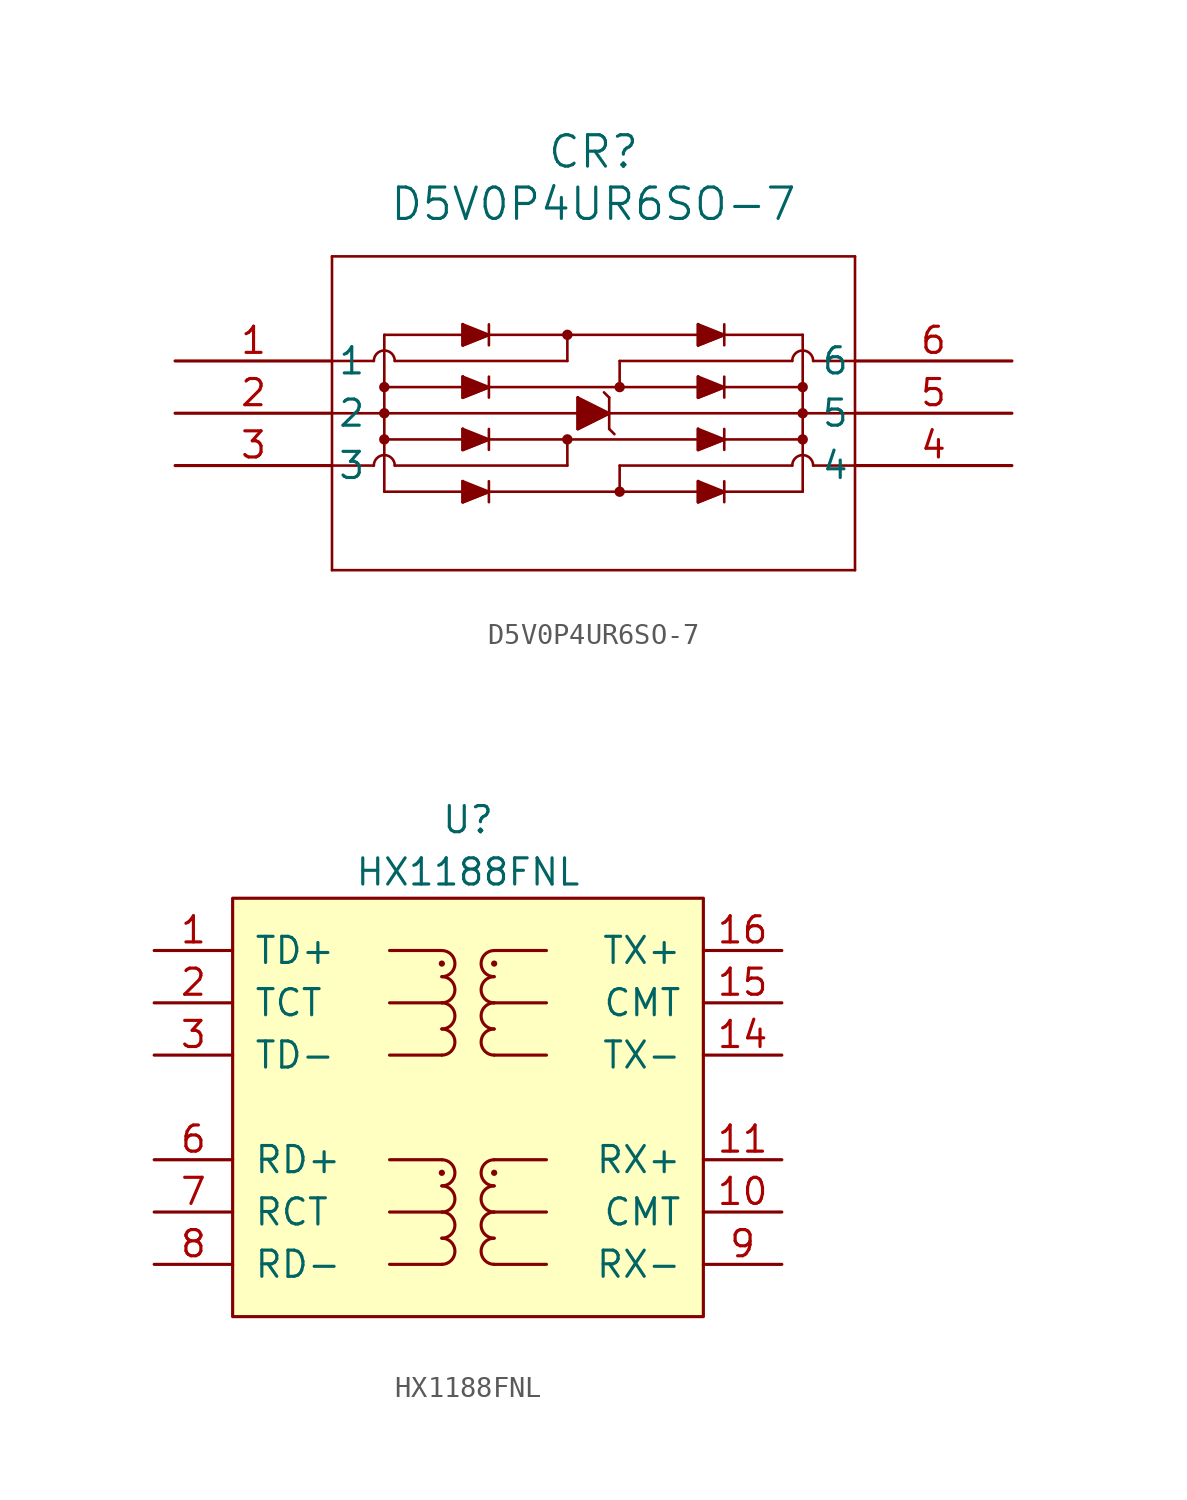
<source format=kicad_sym>
(kicad_symbol_lib
  (version 20220914)
  (generator kicad_symbol_editor)
  (symbol "D5V0P4UR6SO-7"
    (pin_names
      (offset 0.254))
    (property "Reference" "CR"
      (at 20.32 10.16 0)
      (effects (font (size 1.524 1.524))))
    (property "Value" "D5V0P4UR6SO-7"
      (at 20.32 7.62 0)
      (effects (font (size 1.524 1.524))))
    (symbol "D5V0P4UR6SO-7_0_1"
      (polyline (pts (xy 7.62 -10.16) (xy 33.02 -10.16)) (stroke (width 0.127) (type default)) (fill (type none)))
      (polyline (pts (xy 7.62 -5.08) (xy 9.652 -5.08)) (stroke (width 0.127) (type default)) (fill (type none)))
      (polyline (pts (xy 7.62 -2.54) (xy 33.02 -2.54)) (stroke (width 0.127) (type default)) (fill (type none)))
      (polyline (pts (xy 7.62 0) (xy 9.652 0)) (stroke (width 0.127) (type default)) (fill (type none)))
      (polyline (pts (xy 7.62 5.08) (xy 7.62 -10.16)) (stroke (width 0.127) (type default)) (fill (type none)))
      (polyline (pts (xy 10.16 -6.35) (xy 30.48 -6.35)) (stroke (width 0.127) (type default)) (fill (type none)))
      (polyline (pts (xy 10.16 -3.81) (xy 30.48 -3.81)) (stroke (width 0.127) (type default)) (fill (type none)))
      (polyline (pts (xy 10.16 -1.27) (xy 30.48 -1.27)) (stroke (width 0.127) (type default)) (fill (type none)))
      (polyline (pts (xy 10.16 1.27) (xy 10.16 -6.35)) (stroke (width 0.127) (type default)) (fill (type none)))
      (polyline (pts (xy 10.16 1.27) (xy 30.48 1.27)) (stroke (width 0.127) (type default)) (fill (type none)))
      (polyline (pts (xy 10.668 -5.08) (xy 19.05 -5.08)) (stroke (width 0.127) (type default)) (fill (type none)))
      (polyline (pts (xy 10.668 0) (xy 19.05 0)) (stroke (width 0.127) (type default)) (fill (type none)))
      (polyline (pts (xy 13.97 -6.858) (xy 15.24 -6.35)) (stroke (width 0.127) (type default)) (fill (type none)))
      (polyline (pts (xy 13.97 -5.842) (xy 13.97 -6.858)) (stroke (width 0.127) (type default)) (fill (type none)))
      (polyline (pts (xy 13.97 -4.318) (xy 15.24 -3.81)) (stroke (width 0.127) (type default)) (fill (type none)))
      (polyline (pts (xy 13.97 -3.302) (xy 13.97 -4.318)) (stroke (width 0.127) (type default)) (fill (type none)))
      (polyline (pts (xy 13.97 -1.778) (xy 15.24 -1.27)) (stroke (width 0.127) (type default)) (fill (type none)))
      (polyline (pts (xy 13.97 -0.762) (xy 13.97 -1.778)) (stroke (width 0.127) (type default)) (fill (type none)))
      (polyline (pts (xy 13.97 0.762) (xy 15.24 1.27)) (stroke (width 0.127) (type default)) (fill (type none)))
      (polyline (pts (xy 13.97 1.778) (xy 13.97 0.762)) (stroke (width 0.127) (type default)) (fill (type none)))
      (polyline (pts (xy 15.24 -6.35) (xy 13.97 -5.842)) (stroke (width 0.127) (type default)) (fill (type none)))
      (polyline (pts (xy 15.24 -5.842) (xy 15.24 -6.858)) (stroke (width 0.127) (type default)) (fill (type none)))
      (polyline (pts (xy 15.24 -3.81) (xy 13.97 -3.302)) (stroke (width 0.127) (type default)) (fill (type none)))
      (polyline (pts (xy 15.24 -3.302) (xy 15.24 -4.318)) (stroke (width 0.127) (type default)) (fill (type none)))
      (polyline (pts (xy 15.24 -1.27) (xy 13.97 -0.762)) (stroke (width 0.127) (type default)) (fill (type none)))
      (polyline (pts (xy 15.24 -0.762) (xy 15.24 -1.778)) (stroke (width 0.127) (type default)) (fill (type none)))
      (polyline (pts (xy 15.24 1.27) (xy 13.97 1.778)) (stroke (width 0.127) (type default)) (fill (type none)))
      (polyline (pts (xy 15.24 1.778) (xy 15.24 0.762)) (stroke (width 0.127) (type default)) (fill (type none)))
      (polyline (pts (xy 19.05 -5.08) (xy 19.05 -3.81)) (stroke (width 0.127) (type default)) (fill (type none)))
      (polyline (pts (xy 19.05 0) (xy 19.05 1.27)) (stroke (width 0.127) (type default)) (fill (type none)))
      (polyline (pts (xy 19.558 -3.302) (xy 21.082 -2.54)) (stroke (width 0.127) (type default)) (fill (type none)))
      (polyline (pts (xy 19.558 -1.778) (xy 19.558 -3.302)) (stroke (width 0.127) (type default)) (fill (type none)))
      (polyline (pts (xy 19.558 -1.778) (xy 21.082 -2.54)) (stroke (width 0.127) (type default)) (fill (type none)))
      (polyline (pts (xy 21.082 -3.302) (xy 21.336 -3.556)) (stroke (width 0.127) (type default)) (fill (type none)))
      (polyline (pts (xy 21.082 -1.778) (xy 20.828 -1.524)) (stroke (width 0.127) (type default)) (fill (type none)))
      (polyline (pts (xy 21.082 -1.778) (xy 21.082 -3.302)) (stroke (width 0.127) (type default)) (fill (type none)))
      (polyline (pts (xy 21.59 -5.08) (xy 21.59 -6.35)) (stroke (width 0.127) (type default)) (fill (type none)))
      (polyline (pts (xy 21.59 0) (xy 21.59 -1.27)) (stroke (width 0.127) (type default)) (fill (type none)))
      (polyline (pts (xy 25.4 -6.858) (xy 26.67 -6.35)) (stroke (width 0.127) (type default)) (fill (type none)))
      (polyline (pts (xy 25.4 -5.842) (xy 25.4 -6.858)) (stroke (width 0.127) (type default)) (fill (type none)))
      (polyline (pts (xy 25.4 -4.318) (xy 26.67 -3.81)) (stroke (width 0.127) (type default)) (fill (type none)))
      (polyline (pts (xy 25.4 -3.302) (xy 25.4 -4.318)) (stroke (width 0.127) (type default)) (fill (type none)))
      (polyline (pts (xy 25.4 -1.778) (xy 26.67 -1.27)) (stroke (width 0.127) (type default)) (fill (type none)))
      (polyline (pts (xy 25.4 -0.762) (xy 25.4 -1.778)) (stroke (width 0.127) (type default)) (fill (type none)))
      (polyline (pts (xy 25.4 0.762) (xy 26.67 1.27)) (stroke (width 0.127) (type default)) (fill (type none)))
      (polyline (pts (xy 25.4 1.778) (xy 25.4 0.762)) (stroke (width 0.127) (type default)) (fill (type none)))
      (polyline (pts (xy 26.67 -6.35) (xy 25.4 -5.842)) (stroke (width 0.127) (type default)) (fill (type none)))
      (polyline (pts (xy 26.67 -5.842) (xy 26.67 -6.858)) (stroke (width 0.127) (type default)) (fill (type none)))
      (polyline (pts (xy 26.67 -3.81) (xy 25.4 -3.302)) (stroke (width 0.127) (type default)) (fill (type none)))
      (polyline (pts (xy 26.67 -3.302) (xy 26.67 -4.318)) (stroke (width 0.127) (type default)) (fill (type none)))
      (polyline (pts (xy 26.67 -1.27) (xy 25.4 -0.762)) (stroke (width 0.127) (type default)) (fill (type none)))
      (polyline (pts (xy 26.67 -0.762) (xy 26.67 -1.778)) (stroke (width 0.127) (type default)) (fill (type none)))
      (polyline (pts (xy 26.67 1.27) (xy 25.4 1.778)) (stroke (width 0.127) (type default)) (fill (type none)))
      (polyline (pts (xy 26.67 1.778) (xy 26.67 0.762)) (stroke (width 0.127) (type default)) (fill (type none)))
      (polyline (pts (xy 29.972 -5.08) (xy 21.59 -5.08)) (stroke (width 0.127) (type default)) (fill (type none)))
      (polyline (pts (xy 29.972 0) (xy 21.59 0)) (stroke (width 0.127) (type default)) (fill (type none)))
      (polyline (pts (xy 30.48 1.27) (xy 30.48 -6.35)) (stroke (width 0.127) (type default)) (fill (type none)))
      (polyline (pts (xy 33.02 -10.16) (xy 33.02 5.08)) (stroke (width 0.127) (type default)) (fill (type none)))
      (polyline (pts (xy 33.02 -5.08) (xy 30.988 -5.08)) (stroke (width 0.127) (type default)) (fill (type none)))
      (polyline (pts (xy 33.02 0) (xy 30.988 0)) (stroke (width 0.127) (type default)) (fill (type none)))
      (polyline (pts (xy 33.02 5.08) (xy 7.62 5.08)) (stroke (width 0.127) (type default)) (fill (type none)))
      (polyline (pts (xy 13.97 -5.842) (xy 13.97 -6.858) (xy 15.24 -6.35)) (stroke (width 0) (type default)) (fill (type outline)))
      (polyline (pts (xy 13.97 -3.302) (xy 13.97 -4.318) (xy 15.24 -3.81)) (stroke (width 0) (type default)) (fill (type outline)))
      (polyline (pts (xy 13.97 -0.762) (xy 13.97 -1.778) (xy 15.24 -1.27)) (stroke (width 0) (type default)) (fill (type outline)))
      (polyline (pts (xy 13.97 1.778) (xy 13.97 0.762) (xy 15.24 1.27)) (stroke (width 0) (type default)) (fill (type outline)))
      (polyline (pts (xy 21.082 -2.54) (xy 19.558 -3.302) (xy 19.558 -1.778)) (stroke (width 0) (type default)) (fill (type outline)))
      (polyline (pts (xy 25.4 -5.842) (xy 25.4 -6.858) (xy 26.67 -6.35)) (stroke (width 0) (type default)) (fill (type outline)))
      (polyline (pts (xy 25.4 -3.302) (xy 25.4 -4.318) (xy 26.67 -3.81)) (stroke (width 0) (type default)) (fill (type outline)))
      (polyline (pts (xy 25.4 -0.762) (xy 25.4 -1.778) (xy 26.67 -1.27)) (stroke (width 0) (type default)) (fill (type outline)))
      (polyline (pts (xy 25.4 1.778) (xy 25.4 0.762) (xy 26.67 1.27)) (stroke (width 0) (type default)) (fill (type outline)))
      (circle (center 10.16 -3.81) (radius 0.127) (stroke (width 0.254) (type default)) (fill (type none)))
      (circle (center 10.16 -2.54) (radius 0.127) (stroke (width 0.254) (type default)) (fill (type none)))
      (circle (center 10.16 -1.27) (radius 0.127) (stroke (width 0.254) (type default)) (fill (type none)))
      (arc (start 10.668 -5.08) (mid 10.16 -4.5742) (end 9.652 -5.08) (stroke (width 0.127) (type default)) (fill (type none)))
      (arc (start 10.668 0) (mid 10.16 0.5058) (end 9.652 0) (stroke (width 0.127) (type default)) (fill (type none)))
      (circle (center 19.05 -3.81) (radius 0.127) (stroke (width 0.254) (type default)) (fill (type none)))
      (circle (center 19.05 1.27) (radius 0.127) (stroke (width 0.254) (type default)) (fill (type none)))
      (circle (center 21.59 -6.35) (radius 0.127) (stroke (width 0.254) (type default)) (fill (type none)))
      (circle (center 21.59 -1.27) (radius 0.127) (stroke (width 0.254) (type default)) (fill (type none)))
      (circle (center 30.48 -3.81) (radius 0.127) (stroke (width 0.254) (type default)) (fill (type none)))
      (circle (center 30.48 -2.54) (radius 0.127) (stroke (width 0.254) (type default)) (fill (type none)))
      (circle (center 30.48 -1.27) (radius 0.127) (stroke (width 0.254) (type default)) (fill (type none)))
      (arc (start 30.988 -5.08) (mid 30.48 -4.5742) (end 29.972 -5.08) (stroke (width 0.127) (type default)) (fill (type none)))
      (arc (start 30.988 0) (mid 30.48 0.5058) (end 29.972 0) (stroke (width 0.127) (type default)) (fill (type none)))
      (pin input line (at 0 0 0) (length 7.62) (name "1" (effects (font (size 1.27 1.27)))) (number "1" (effects (font (size 1.27 1.27)))))
      (pin unspecified line (at 0 -2.54 0) (length 7.62) (name "2" (effects (font (size 1.27 1.27)))) (number "2" (effects (font (size 1.27 1.27)))))
      (pin input line (at 0 -5.08 0) (length 7.62) (name "3" (effects (font (size 1.27 1.27)))) (number "3" (effects (font (size 1.27 1.27)))))
      (pin input line (at 40.64 -5.08 180) (length 7.62) (name "4" (effects (font (size 1.27 1.27)))) (number "4" (effects (font (size 1.27 1.27)))))
      (pin unspecified line (at 40.64 -2.54 180) (length 7.62) (name "5" (effects (font (size 1.27 1.27)))) (number "5" (effects (font (size 1.27 1.27)))))
      (pin input line (at 40.64 0 180) (length 7.62) (name "6" (effects (font (size 1.27 1.27)))) (number "6" (effects (font (size 1.27 1.27)))))))
  (symbol "HX1188FNL"
    (pin_names
      (offset 1.016))
    (property "Reference" "U"
      (at 0 3.81 0)
      (effects (font (size 1.27 1.27))))
    (property "Value" "HX1188FNL"
      (at 0 1.27 0)
      (effects (font (size 1.27 1.27))))
    (symbol "HX1188FNL_0_1"
      (rectangle (start -11.43 0) (end 11.43 -20.32) (stroke (width 0) (type solid)) (fill (type background)))
      (rectangle (start -3.81 -5.08) (end -1.27 -5.08) (stroke (width 0) (type solid)) (fill (type none)))
      (rectangle (start -1.27 -17.78) (end -3.81 -17.78) (stroke (width 0) (type solid)) (fill (type none)))
      (arc (start -1.27 -17.78) (mid -0.6377 -17.145) (end -1.27 -16.51) (stroke (width 0) (type solid)) (fill (type none)))
      (arc (start -1.27 -16.51) (mid -0.6377 -15.875) (end -1.27 -15.24) (stroke (width 0) (type solid)) (fill (type none)))
      (rectangle (start -1.27 -15.24) (end -3.81 -15.24) (stroke (width 0) (type solid)) (fill (type none)))
      (arc (start -1.27 -15.24) (mid -0.6377 -14.605) (end -1.27 -13.97) (stroke (width 0) (type solid)) (fill (type none)))
      (arc (start -1.27 -13.97) (mid -0.6377 -13.335) (end -1.27 -12.7) (stroke (width 0) (type solid)) (fill (type none)))
      (circle (center -1.27 -13.335) (radius 0.0001) (stroke (width 0) (type solid)) (fill (type none)))
      (rectangle (start -1.27 -12.7) (end -3.81 -12.7) (stroke (width 0) (type solid)) (fill (type none)))
      (rectangle (start -1.27 -7.62) (end -3.81 -7.62) (stroke (width 0) (type solid)) (fill (type none)))
      (arc (start -1.27 -7.62) (mid -0.6377 -6.985) (end -1.27 -6.35) (stroke (width 0) (type solid)) (fill (type none)))
      (arc (start -1.27 -6.35) (mid -0.6377 -5.715) (end -1.27 -5.08) (stroke (width 0) (type solid)) (fill (type none)))
      (arc (start -1.27 -5.08) (mid -0.6377 -4.445) (end -1.27 -3.81) (stroke (width 0) (type solid)) (fill (type none)))
      (arc (start -1.27 -3.81) (mid -0.6377 -3.175) (end -1.27 -2.54) (stroke (width 0) (type solid)) (fill (type none)))
      (circle (center -1.27 -3.175) (radius 0.0001) (stroke (width 0) (type solid)) (fill (type none)))
      (rectangle (start -1.27 -2.54) (end -3.81 -2.54) (stroke (width 0) (type solid)) (fill (type none)))
      (rectangle (start 1.27 -17.78) (end 3.81 -17.78) (stroke (width 0) (type solid)) (fill (type none)))
      (arc (start 1.27 -16.51) (mid 0.6377 -17.145) (end 1.27 -17.78) (stroke (width 0) (type solid)) (fill (type none)))
      (arc (start 1.27 -15.24) (mid 0.6377 -15.875) (end 1.27 -16.51) (stroke (width 0) (type solid)) (fill (type none)))
      (rectangle (start 1.27 -15.24) (end 3.81 -15.24) (stroke (width 0) (type solid)) (fill (type none)))
      (arc (start 1.27 -13.97) (mid 0.6377 -14.605) (end 1.27 -15.24) (stroke (width 0) (type solid)) (fill (type none)))
      (circle (center 1.27 -13.335) (radius 0.0001) (stroke (width 0) (type solid)) (fill (type none)))
      (arc (start 1.27 -12.7) (mid 0.6377 -13.335) (end 1.27 -13.97) (stroke (width 0) (type solid)) (fill (type none)))
      (rectangle (start 1.27 -12.7) (end 3.81 -12.7) (stroke (width 0) (type solid)) (fill (type none)))
      (rectangle (start 1.27 -7.62) (end 3.81 -7.62) (stroke (width 0) (type solid)) (fill (type none)))
      (arc (start 1.27 -6.35) (mid 0.6377 -6.985) (end 1.27 -7.62) (stroke (width 0) (type solid)) (fill (type none)))
      (arc (start 1.27 -5.08) (mid 0.6377 -5.715) (end 1.27 -6.35) (stroke (width 0) (type solid)) (fill (type none)))
      (rectangle (start 1.27 -5.08) (end 3.81 -5.08) (stroke (width 0) (type solid)) (fill (type none)))
      (arc (start 1.27 -3.81) (mid 0.6377 -4.445) (end 1.27 -5.08) (stroke (width 0) (type solid)) (fill (type none)))
      (circle (center 1.27 -3.175) (radius 0.0001) (stroke (width 0) (type solid)) (fill (type none)))
      (arc (start 1.27 -2.54) (mid 0.6377 -3.175) (end 1.27 -3.81) (stroke (width 0) (type solid)) (fill (type none)))
      (rectangle (start 1.27 -2.54) (end 3.81 -2.54) (stroke (width 0) (type solid)) (fill (type none))))
    (symbol "HX1188FNL_1_1"
      (pin bidirectional line (at -15.24 -2.54 0) (length 3.81) (name "TD+" (effects (font (size 1.27 1.27)))) (number "1" (effects (font (size 1.27 1.27)))))
      (pin bidirectional line (at 15.24 -15.24 180) (length 3.81) (name "CMT" (effects (font (size 1.27 1.27)))) (number "10" (effects (font (size 1.27 1.27)))))
      (pin bidirectional line (at 15.24 -12.7 180) (length 3.81) (name "RX+" (effects (font (size 1.27 1.27)))) (number "11" (effects (font (size 1.27 1.27)))))
      (pin bidirectional line (at 15.24 -7.62 180) (length 3.81) (name "TX-" (effects (font (size 1.27 1.27)))) (number "14" (effects (font (size 1.27 1.27)))))
      (pin bidirectional line (at 15.24 -5.08 180) (length 3.81) (name "CMT" (effects (font (size 1.27 1.27)))) (number "15" (effects (font (size 1.27 1.27)))))
      (pin bidirectional line (at 15.24 -2.54 180) (length 3.81) (name "TX+" (effects (font (size 1.27 1.27)))) (number "16" (effects (font (size 1.27 1.27)))))
      (pin bidirectional line (at -15.24 -5.08 0) (length 3.81) (name "TCT" (effects (font (size 1.27 1.27)))) (number "2" (effects (font (size 1.27 1.27)))))
      (pin bidirectional line (at -15.24 -7.62 0) (length 3.81) (name "TD-" (effects (font (size 1.27 1.27)))) (number "3" (effects (font (size 1.27 1.27)))))
      (pin bidirectional line (at -15.24 -12.7 0) (length 3.81) (name "RD+" (effects (font (size 1.27 1.27)))) (number "6" (effects (font (size 1.27 1.27)))))
      (pin bidirectional line (at -15.24 -15.24 0) (length 3.81) (name "RCT" (effects (font (size 1.27 1.27)))) (number "7" (effects (font (size 1.27 1.27)))))
      (pin bidirectional line (at -15.24 -17.78 0) (length 3.81) (name "RD-" (effects (font (size 1.27 1.27)))) (number "8" (effects (font (size 1.27 1.27)))))
      (pin bidirectional line (at 15.24 -17.78 180) (length 3.81) (name "RX-" (effects (font (size 1.27 1.27)))) (number "9" (effects (font (size 1.27 1.27))))))))
</source>
